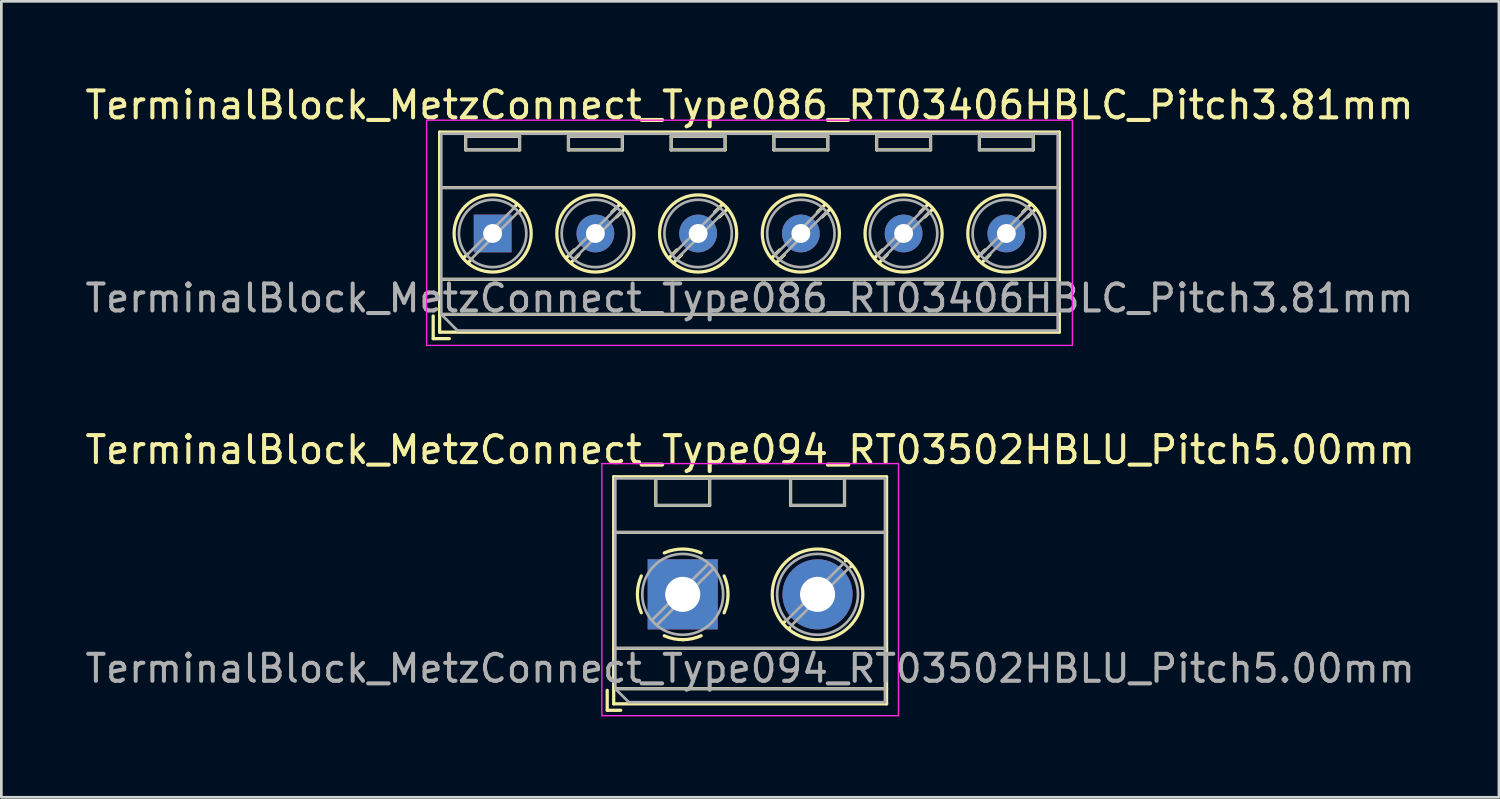
<source format=kicad_pcb>
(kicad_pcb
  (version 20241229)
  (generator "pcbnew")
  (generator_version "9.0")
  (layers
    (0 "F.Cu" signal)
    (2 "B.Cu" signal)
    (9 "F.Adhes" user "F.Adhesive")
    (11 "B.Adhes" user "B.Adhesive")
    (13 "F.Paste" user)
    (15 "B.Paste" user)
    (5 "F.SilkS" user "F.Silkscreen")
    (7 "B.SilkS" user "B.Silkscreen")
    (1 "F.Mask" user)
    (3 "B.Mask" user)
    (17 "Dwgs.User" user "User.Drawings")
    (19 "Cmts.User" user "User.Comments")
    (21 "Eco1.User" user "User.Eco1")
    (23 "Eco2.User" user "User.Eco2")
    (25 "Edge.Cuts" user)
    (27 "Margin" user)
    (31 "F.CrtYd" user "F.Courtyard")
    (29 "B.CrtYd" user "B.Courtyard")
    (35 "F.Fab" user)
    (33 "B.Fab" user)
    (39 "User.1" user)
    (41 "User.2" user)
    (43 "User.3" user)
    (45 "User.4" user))
  (footprint "TerminalBlock_MetzConnect_Type086_RT03406HBLC_Pitch3.81mm"
    (layer "F.Cu")
    (at 15.219 5.608)
    (property "Reference" "TerminalBlock_MetzConnect_Type086_RT03406HBLC_Pitch3.81mm" (at 9.525 -4.76 0) (layer "F.SilkS") (effects (font (size 1 1) (thickness 0.15))))
    (attr through_hole)
    (fp_line (start -2.205 3.06) (end -2.205 3.9) (stroke (width 0.12) (type solid)) (layer "F.SilkS"))
    (fp_line (start -2.205 3.9) (end -1.605 3.9) (stroke (width 0.12) (type solid)) (layer "F.SilkS"))
    (fp_line (start -1.965 -3.76) (end -1.965 3.66) (stroke (width 0.12) (type solid)) (layer "F.SilkS"))
    (fp_line (start -1.965 -1.7) (end 21.015 -1.7) (stroke (width 0.12) (type solid)) (layer "F.SilkS"))
    (fp_line (start -1.965 1.7) (end 21.015 1.7) (stroke (width 0.12) (type solid)) (layer "F.SilkS"))
    (fp_line (start -1.965 3) (end 21.015 3) (stroke (width 0.12) (type solid)) (layer "F.SilkS"))
    (fp_line (start -1.965 3.66) (end 21.015 3.66) (stroke (width 0.12) (type solid)) (layer "F.SilkS"))
    (fp_line (start -1 -3.6) (end -1 -3.1) (stroke (width 0.12) (type solid)) (layer "F.SilkS"))
    (fp_line (start -1 -3.6) (end 1 -3.6) (stroke (width 0.12) (type solid)) (layer "F.SilkS"))
    (fp_line (start -1 -3.1) (end 1 -3.1) (stroke (width 0.12) (type solid)) (layer "F.SilkS"))
    (fp_line (start -0.946 0.771) (end -1.085 0.91) (stroke (width 0.12) (type solid)) (layer "F.SilkS"))
    (fp_line (start -0.771 0.945) (end -0.911 1.085) (stroke (width 0.12) (type solid)) (layer "F.SilkS"))
    (fp_line (start 0.911 -1.085) (end 0.771 -0.945) (stroke (width 0.12) (type solid)) (layer "F.SilkS"))
    (fp_line (start 1 -3.6) (end 1 -3.1) (stroke (width 0.12) (type solid)) (layer "F.SilkS"))
    (fp_line (start 1.085 -0.91) (end 0.945 -0.771) (stroke (width 0.12) (type solid)) (layer "F.SilkS"))
    (fp_line (start 2.81 -3.6) (end 2.81 -3.1) (stroke (width 0.12) (type solid)) (layer "F.SilkS"))
    (fp_line (start 2.81 -3.6) (end 4.81 -3.6) (stroke (width 0.12) (type solid)) (layer "F.SilkS"))
    (fp_line (start 2.81 -3.1) (end 4.81 -3.1) (stroke (width 0.12) (type solid)) (layer "F.SilkS"))
    (fp_line (start 3.025 0.611) (end 2.726 0.91) (stroke (width 0.12) (type solid)) (layer "F.SilkS"))
    (fp_line (start 3.2 0.786) (end 2.9 1.085) (stroke (width 0.12) (type solid)) (layer "F.SilkS"))
    (fp_line (start 4.721 -1.085) (end 4.421 -0.786) (stroke (width 0.12) (type solid)) (layer "F.SilkS"))
    (fp_line (start 4.81 -3.6) (end 4.81 -3.1) (stroke (width 0.12) (type solid)) (layer "F.SilkS"))
    (fp_line (start 4.895 -0.91) (end 4.596 -0.611) (stroke (width 0.12) (type solid)) (layer "F.SilkS"))
    (fp_line (start 6.62 -3.6) (end 6.62 -3.1) (stroke (width 0.12) (type solid)) (layer "F.SilkS"))
    (fp_line (start 6.62 -3.6) (end 8.62 -3.6) (stroke (width 0.12) (type solid)) (layer "F.SilkS"))
    (fp_line (start 6.62 -3.1) (end 8.62 -3.1) (stroke (width 0.12) (type solid)) (layer "F.SilkS"))
    (fp_line (start 6.835 0.611) (end 6.536 0.91) (stroke (width 0.12) (type solid)) (layer "F.SilkS"))
    (fp_line (start 7.01 0.786) (end 6.71 1.085) (stroke (width 0.12) (type solid)) (layer "F.SilkS"))
    (fp_line (start 8.531 -1.085) (end 8.231 -0.786) (stroke (width 0.12) (type solid)) (layer "F.SilkS"))
    (fp_line (start 8.62 -3.6) (end 8.62 -3.1) (stroke (width 0.12) (type solid)) (layer "F.SilkS"))
    (fp_line (start 8.705 -0.91) (end 8.406 -0.611) (stroke (width 0.12) (type solid)) (layer "F.SilkS"))
    (fp_line (start 10.43 -3.6) (end 10.43 -3.1) (stroke (width 0.12) (type solid)) (layer "F.SilkS"))
    (fp_line (start 10.43 -3.6) (end 12.43 -3.6) (stroke (width 0.12) (type solid)) (layer "F.SilkS"))
    (fp_line (start 10.43 -3.1) (end 12.43 -3.1) (stroke (width 0.12) (type solid)) (layer "F.SilkS"))
    (fp_line (start 10.645 0.611) (end 10.346 0.91) (stroke (width 0.12) (type solid)) (layer "F.SilkS"))
    (fp_line (start 10.82 0.786) (end 10.52 1.085) (stroke (width 0.12) (type solid)) (layer "F.SilkS"))
    (fp_line (start 12.341 -1.085) (end 12.041 -0.786) (stroke (width 0.12) (type solid)) (layer "F.SilkS"))
    (fp_line (start 12.43 -3.6) (end 12.43 -3.1) (stroke (width 0.12) (type solid)) (layer "F.SilkS"))
    (fp_line (start 12.515 -0.91) (end 12.216 -0.611) (stroke (width 0.12) (type solid)) (layer "F.SilkS"))
    (fp_line (start 14.24 -3.6) (end 14.24 -3.1) (stroke (width 0.12) (type solid)) (layer "F.SilkS"))
    (fp_line (start 14.24 -3.6) (end 16.241 -3.6) (stroke (width 0.12) (type solid)) (layer "F.SilkS"))
    (fp_line (start 14.24 -3.1) (end 16.241 -3.1) (stroke (width 0.12) (type solid)) (layer "F.SilkS"))
    (fp_line (start 14.455 0.611) (end 14.156 0.91) (stroke (width 0.12) (type solid)) (layer "F.SilkS"))
    (fp_line (start 14.63 0.786) (end 14.33 1.085) (stroke (width 0.12) (type solid)) (layer "F.SilkS"))
    (fp_line (start 16.151 -1.085) (end 15.851 -0.786) (stroke (width 0.12) (type solid)) (layer "F.SilkS"))
    (fp_line (start 16.241 -3.6) (end 16.241 -3.1) (stroke (width 0.12) (type solid)) (layer "F.SilkS"))
    (fp_line (start 16.325 -0.91) (end 16.026 -0.611) (stroke (width 0.12) (type solid)) (layer "F.SilkS"))
    (fp_line (start 18.05 -3.6) (end 18.05 -3.1) (stroke (width 0.12) (type solid)) (layer "F.SilkS"))
    (fp_line (start 18.05 -3.6) (end 20.05 -3.6) (stroke (width 0.12) (type solid)) (layer "F.SilkS"))
    (fp_line (start 18.05 -3.1) (end 20.05 -3.1) (stroke (width 0.12) (type solid)) (layer "F.SilkS"))
    (fp_line (start 18.265 0.611) (end 17.966 0.91) (stroke (width 0.12) (type solid)) (layer "F.SilkS"))
    (fp_line (start 18.44 0.786) (end 18.14 1.085) (stroke (width 0.12) (type solid)) (layer "F.SilkS"))
    (fp_line (start 19.961 -1.085) (end 19.661 -0.786) (stroke (width 0.12) (type solid)) (layer "F.SilkS"))
    (fp_line (start 20.05 -3.6) (end 20.05 -3.1) (stroke (width 0.12) (type solid)) (layer "F.SilkS"))
    (fp_line (start 20.135 -0.91) (end 19.836 -0.611) (stroke (width 0.12) (type solid)) (layer "F.SilkS"))
    (fp_line (start 21.015 -3.76) (end -1.965 -3.76) (stroke (width 0.12) (type solid)) (layer "F.SilkS"))
    (fp_line (start 21.015 3.66) (end 21.015 -3.76) (stroke (width 0.12) (type solid)) (layer "F.SilkS"))
    (fp_circle (center 0 0) (end 1.43 0) (stroke (width 0.12) (type solid)) (fill no) (layer "F.SilkS"))
    (fp_circle (center 3.81 0) (end 5.24 0) (stroke (width 0.12) (type solid)) (fill no) (layer "F.SilkS"))
    (fp_circle (center 7.62 0) (end 9.05 0) (stroke (width 0.12) (type solid)) (fill no) (layer "F.SilkS"))
    (fp_circle (center 11.43 0) (end 12.86 0) (stroke (width 0.12) (type solid)) (fill no) (layer "F.SilkS"))
    (fp_circle (center 15.24 0) (end 16.67 0) (stroke (width 0.12) (type solid)) (fill no) (layer "F.SilkS"))
    (fp_circle (center 19.05 0) (end 20.48 0) (stroke (width 0.12) (type solid)) (fill no) (layer "F.SilkS"))
    (fp_line (start -2.45 -4.2) (end -2.45 4.15) (stroke (width 0.05) (type solid)) (layer "F.CrtYd"))
    (fp_line (start -2.45 4.15) (end 21.5 4.15) (stroke (width 0.05) (type solid)) (layer "F.CrtYd"))
    (fp_line (start 21.5 -4.2) (end -2.45 -4.2) (stroke (width 0.05) (type solid)) (layer "F.CrtYd"))
    (fp_line (start 21.5 4.15) (end 21.5 -4.2) (stroke (width 0.05) (type solid)) (layer "F.CrtYd"))
    (fp_line (start -1.905 -3.7) (end 20.955 -3.7) (stroke (width 0.1) (type solid)) (layer "F.Fab"))
    (fp_line (start -1.905 -1.7) (end 20.955 -1.7) (stroke (width 0.1) (type solid)) (layer "F.Fab"))
    (fp_line (start -1.905 1.7) (end 20.955 1.7) (stroke (width 0.1) (type solid)) (layer "F.Fab"))
    (fp_line (start -1.905 3) (end -1.905 -3.7) (stroke (width 0.1) (type solid)) (layer "F.Fab"))
    (fp_line (start -1.905 3) (end 20.955 3) (stroke (width 0.1) (type solid)) (layer "F.Fab"))
    (fp_line (start -1.305 3.6) (end -1.905 3) (stroke (width 0.1) (type solid)) (layer "F.Fab"))
    (fp_line (start -1 -3.6) (end -1 -3.1) (stroke (width 0.1) (type solid)) (layer "F.Fab"))
    (fp_line (start -1 -3.1) (end 1 -3.1) (stroke (width 0.1) (type solid)) (layer "F.Fab"))
    (fp_line (start 0.796 -0.948) (end -0.949 0.796) (stroke (width 0.1) (type solid)) (layer "F.Fab"))
    (fp_line (start 0.949 -0.796) (end -0.796 0.948) (stroke (width 0.1) (type solid)) (layer "F.Fab"))
    (fp_line (start 1 -3.6) (end -1 -3.6) (stroke (width 0.1) (type solid)) (layer "F.Fab"))
    (fp_line (start 1 -3.1) (end 1 -3.6) (stroke (width 0.1) (type solid)) (layer "F.Fab"))
    (fp_line (start 2.81 -3.6) (end 2.81 -3.1) (stroke (width 0.1) (type solid)) (layer "F.Fab"))
    (fp_line (start 2.81 -3.1) (end 4.81 -3.1) (stroke (width 0.1) (type solid)) (layer "F.Fab"))
    (fp_line (start 4.606 -0.948) (end 2.862 0.796) (stroke (width 0.1) (type solid)) (layer "F.Fab"))
    (fp_line (start 4.759 -0.796) (end 3.015 0.948) (stroke (width 0.1) (type solid)) (layer "F.Fab"))
    (fp_line (start 4.81 -3.6) (end 2.81 -3.6) (stroke (width 0.1) (type solid)) (layer "F.Fab"))
    (fp_line (start 4.81 -3.1) (end 4.81 -3.6) (stroke (width 0.1) (type solid)) (layer "F.Fab"))
    (fp_line (start 6.62 -3.6) (end 6.62 -3.1) (stroke (width 0.1) (type solid)) (layer "F.Fab"))
    (fp_line (start 6.62 -3.1) (end 8.62 -3.1) (stroke (width 0.1) (type solid)) (layer "F.Fab"))
    (fp_line (start 8.416 -0.948) (end 6.672 0.796) (stroke (width 0.1) (type solid)) (layer "F.Fab"))
    (fp_line (start 8.569 -0.796) (end 6.825 0.948) (stroke (width 0.1) (type solid)) (layer "F.Fab"))
    (fp_line (start 8.62 -3.6) (end 6.62 -3.6) (stroke (width 0.1) (type solid)) (layer "F.Fab"))
    (fp_line (start 8.62 -3.1) (end 8.62 -3.6) (stroke (width 0.1) (type solid)) (layer "F.Fab"))
    (fp_line (start 10.43 -3.6) (end 10.43 -3.1) (stroke (width 0.1) (type solid)) (layer "F.Fab"))
    (fp_line (start 10.43 -3.1) (end 12.43 -3.1) (stroke (width 0.1) (type solid)) (layer "F.Fab"))
    (fp_line (start 12.226 -0.948) (end 10.482 0.796) (stroke (width 0.1) (type solid)) (layer "F.Fab"))
    (fp_line (start 12.379 -0.796) (end 10.635 0.948) (stroke (width 0.1) (type solid)) (layer "F.Fab"))
    (fp_line (start 12.43 -3.6) (end 10.43 -3.6) (stroke (width 0.1) (type solid)) (layer "F.Fab"))
    (fp_line (start 12.43 -3.1) (end 12.43 -3.6) (stroke (width 0.1) (type solid)) (layer "F.Fab"))
    (fp_line (start 14.24 -3.6) (end 14.24 -3.1) (stroke (width 0.1) (type solid)) (layer "F.Fab"))
    (fp_line (start 14.24 -3.1) (end 16.24 -3.1) (stroke (width 0.1) (type solid)) (layer "F.Fab"))
    (fp_line (start 16.036 -0.948) (end 14.292 0.796) (stroke (width 0.1) (type solid)) (layer "F.Fab"))
    (fp_line (start 16.189 -0.796) (end 14.445 0.948) (stroke (width 0.1) (type solid)) (layer "F.Fab"))
    (fp_line (start 16.24 -3.6) (end 14.24 -3.6) (stroke (width 0.1) (type solid)) (layer "F.Fab"))
    (fp_line (start 16.24 -3.1) (end 16.24 -3.6) (stroke (width 0.1) (type solid)) (layer "F.Fab"))
    (fp_line (start 18.05 -3.6) (end 18.05 -3.1) (stroke (width 0.1) (type solid)) (layer "F.Fab"))
    (fp_line (start 18.05 -3.1) (end 20.05 -3.1) (stroke (width 0.1) (type solid)) (layer "F.Fab"))
    (fp_line (start 19.846 -0.948) (end 18.102 0.796) (stroke (width 0.1) (type solid)) (layer "F.Fab"))
    (fp_line (start 19.999 -0.796) (end 18.255 0.948) (stroke (width 0.1) (type solid)) (layer "F.Fab"))
    (fp_line (start 20.05 -3.6) (end 18.05 -3.6) (stroke (width 0.1) (type solid)) (layer "F.Fab"))
    (fp_line (start 20.05 -3.1) (end 20.05 -3.6) (stroke (width 0.1) (type solid)) (layer "F.Fab"))
    (fp_line (start 20.955 -3.7) (end 20.955 3.6) (stroke (width 0.1) (type solid)) (layer "F.Fab"))
    (fp_line (start 20.955 3.6) (end -1.305 3.6) (stroke (width 0.1) (type solid)) (layer "F.Fab"))
    (fp_circle (center 0 0) (end 1.25 0) (stroke (width 0.1) (type solid)) (fill no) (layer "F.Fab"))
    (fp_circle (center 3.81 0) (end 5.06 0) (stroke (width 0.1) (type solid)) (fill no) (layer "F.Fab"))
    (fp_circle (center 7.62 0) (end 8.87 0) (stroke (width 0.1) (type solid)) (fill no) (layer "F.Fab"))
    (fp_circle (center 11.43 0) (end 12.68 0) (stroke (width 0.1) (type solid)) (fill no) (layer "F.Fab"))
    (fp_circle (center 15.24 0) (end 16.49 0) (stroke (width 0.1) (type solid)) (fill no) (layer "F.Fab"))
    (fp_circle (center 19.05 0) (end 20.3 0) (stroke (width 0.1) (type solid)) (fill no) (layer "F.Fab"))
    (fp_text user "${REFERENCE}" (at 9.525 2.4 0) (layer "F.Fab") (effects (font (size 1 1) (thickness 0.15))))
    (pad "1" thru_hole rect (at 0 0) (size 1.4 1.4) (drill 0.7) (layers "*.Cu" "*.Mask"))
    (pad "2" thru_hole circle (at 3.81 0) (size 1.4 1.4) (drill 0.7) (layers "*.Cu" "*.Mask"))
    (pad "3" thru_hole circle (at 7.62 0) (size 1.4 1.4) (drill 0.7) (layers "*.Cu" "*.Mask"))
    (pad "4" thru_hole circle (at 11.43 0) (size 1.4 1.4) (drill 0.7) (layers "*.Cu" "*.Mask"))
    (pad "5" thru_hole circle (at 15.24 0) (size 1.4 1.4) (drill 0.7) (layers "*.Cu" "*.Mask"))
    (pad "6" thru_hole circle (at 19.05 0) (size 1.4 1.4) (drill 0.7) (layers "*.Cu" "*.Mask")))
  (footprint "TerminalBlock_MetzConnect_Type094_RT03502HBLU_Pitch5.00mm"
    (layer "F.Cu")
    (at 22.268 18.991)
    (property "Reference" "TerminalBlock_MetzConnect_Type094_RT03502HBLU_Pitch5.00mm" (at 2.5 -5.36 0) (layer "F.SilkS") (effects (font (size 1 1) (thickness 0.15))))
    (attr through_hole)
    (fp_line (start -2.8 3.56) (end -2.8 4.3) (stroke (width 0.12) (type solid)) (layer "F.SilkS"))
    (fp_line (start -2.8 4.3) (end -2.3 4.3) (stroke (width 0.12) (type solid)) (layer "F.SilkS"))
    (fp_line (start -2.56 -4.36) (end -2.56 4.06) (stroke (width 0.12) (type solid)) (layer "F.SilkS"))
    (fp_line (start -2.56 -2.3) (end 7.56 -2.3) (stroke (width 0.12) (type solid)) (layer "F.SilkS"))
    (fp_line (start -2.56 2) (end 7.56 2) (stroke (width 0.12) (type solid)) (layer "F.SilkS"))
    (fp_line (start -2.56 3.5) (end 7.56 3.5) (stroke (width 0.12) (type solid)) (layer "F.SilkS"))
    (fp_line (start -2.56 4.06) (end 7.56 4.06) (stroke (width 0.12) (type solid)) (layer "F.SilkS"))
    (fp_line (start -1 -4.3) (end -1 -3.3) (stroke (width 0.12) (type solid)) (layer "F.SilkS"))
    (fp_line (start -1 -4.3) (end 1 -4.3) (stroke (width 0.12) (type solid)) (layer "F.SilkS"))
    (fp_line (start -1 -3.3) (end 1 -3.3) (stroke (width 0.12) (type solid)) (layer "F.SilkS"))
    (fp_line (start 1 -4.3) (end 1 -3.3) (stroke (width 0.12) (type solid)) (layer "F.SilkS"))
    (fp_line (start 3.773 1.023) (end 3.726 1.069) (stroke (width 0.12) (type solid)) (layer "F.SilkS"))
    (fp_line (start 3.966 1.239) (end 3.931 1.274) (stroke (width 0.12) (type solid)) (layer "F.SilkS"))
    (fp_line (start 4 -4.3) (end 4 -3.3) (stroke (width 0.12) (type solid)) (layer "F.SilkS"))
    (fp_line (start 4 -4.3) (end 6 -4.3) (stroke (width 0.12) (type solid)) (layer "F.SilkS"))
    (fp_line (start 4 -3.3) (end 6 -3.3) (stroke (width 0.12) (type solid)) (layer "F.SilkS"))
    (fp_line (start 6 -4.3) (end 6 -3.3) (stroke (width 0.12) (type solid)) (layer "F.SilkS"))
    (fp_line (start 6.07 -1.275) (end 6.035 -1.239) (stroke (width 0.12) (type solid)) (layer "F.SilkS"))
    (fp_line (start 6.275 -1.069) (end 6.228 -1.023) (stroke (width 0.12) (type solid)) (layer "F.SilkS"))
    (fp_line (start 7.56 -4.36) (end -2.56 -4.36) (stroke (width 0.12) (type solid)) (layer "F.SilkS"))
    (fp_line (start 7.56 4.06) (end 7.56 -4.36) (stroke (width 0.12) (type solid)) (layer "F.SilkS"))
    (fp_arc (start -1.535427 0.683042) (mid -1.680501 -0.000524) (end -1.535 -0.684) (stroke (width 0.12) (type solid)) (layer "F.SilkS"))
    (fp_arc (start -0.683042 -1.535427) (mid 0.000524 -1.680501) (end 0.684 -1.535) (stroke (width 0.12) (type solid)) (layer "F.SilkS"))
    (fp_arc (start 0.028805 1.680253) (mid -0.335551 1.646659) (end -0.684 1.535) (stroke (width 0.12) (type solid)) (layer "F.SilkS"))
    (fp_arc (start 0.683318 1.534756) (mid 0.349292 1.643288) (end 0 1.68) (stroke (width 0.12) (type solid)) (layer "F.SilkS"))
    (fp_arc (start 1.535427 -0.683042) (mid 1.680501 0.000524) (end 1.535 0.684) (stroke (width 0.12) (type solid)) (layer "F.SilkS"))
    (fp_circle (center 5 0) (end 6.68 0) (stroke (width 0.12) (type solid)) (fill no) (layer "F.SilkS"))
    (fp_line (start -3 -4.85) (end -3 4.5) (stroke (width 0.05) (type solid)) (layer "F.CrtYd"))
    (fp_line (start -3 4.5) (end 8 4.5) (stroke (width 0.05) (type solid)) (layer "F.CrtYd"))
    (fp_line (start 8 -4.85) (end -3 -4.85) (stroke (width 0.05) (type solid)) (layer "F.CrtYd"))
    (fp_line (start 8 4.5) (end 8 -4.85) (stroke (width 0.05) (type solid)) (layer "F.CrtYd"))
    (fp_line (start -2.5 -4.3) (end 7.5 -4.3) (stroke (width 0.1) (type solid)) (layer "F.Fab"))
    (fp_line (start -2.5 -2.3) (end 7.5 -2.3) (stroke (width 0.1) (type solid)) (layer "F.Fab"))
    (fp_line (start -2.5 2) (end 7.5 2) (stroke (width 0.1) (type solid)) (layer "F.Fab"))
    (fp_line (start -2.5 3.5) (end -2.5 -4.3) (stroke (width 0.1) (type solid)) (layer "F.Fab"))
    (fp_line (start -2.5 3.5) (end 7.5 3.5) (stroke (width 0.1) (type solid)) (layer "F.Fab"))
    (fp_line (start -2 4) (end -2.5 3.5) (stroke (width 0.1) (type solid)) (layer "F.Fab"))
    (fp_line (start -1 -4.3) (end -1 -3.3) (stroke (width 0.1) (type solid)) (layer "F.Fab"))
    (fp_line (start -1 -3.3) (end 1 -3.3) (stroke (width 0.1) (type solid)) (layer "F.Fab"))
    (fp_line (start 0.955 -1.138) (end -1.138 0.955) (stroke (width 0.1) (type solid)) (layer "F.Fab"))
    (fp_line (start 1 -4.3) (end -1 -4.3) (stroke (width 0.1) (type solid)) (layer "F.Fab"))
    (fp_line (start 1 -3.3) (end 1 -4.3) (stroke (width 0.1) (type solid)) (layer "F.Fab"))
    (fp_line (start 1.138 -0.955) (end -0.955 1.138) (stroke (width 0.1) (type solid)) (layer "F.Fab"))
    (fp_line (start 4 -4.3) (end 4 -3.3) (stroke (width 0.1) (type solid)) (layer "F.Fab"))
    (fp_line (start 4 -3.3) (end 6 -3.3) (stroke (width 0.1) (type solid)) (layer "F.Fab"))
    (fp_line (start 5.955 -1.138) (end 3.863 0.955) (stroke (width 0.1) (type solid)) (layer "F.Fab"))
    (fp_line (start 6 -4.3) (end 4 -4.3) (stroke (width 0.1) (type solid)) (layer "F.Fab"))
    (fp_line (start 6 -3.3) (end 6 -4.3) (stroke (width 0.1) (type solid)) (layer "F.Fab"))
    (fp_line (start 6.138 -0.955) (end 4.046 1.138) (stroke (width 0.1) (type solid)) (layer "F.Fab"))
    (fp_line (start 7.5 -4.3) (end 7.5 4) (stroke (width 0.1) (type solid)) (layer "F.Fab"))
    (fp_line (start 7.5 4) (end -2 4) (stroke (width 0.1) (type solid)) (layer "F.Fab"))
    (fp_circle (center 0 0) (end 1.5 0) (stroke (width 0.1) (type solid)) (fill no) (layer "F.Fab"))
    (fp_circle (center 5 0) (end 6.5 0) (stroke (width 0.1) (type solid)) (fill no) (layer "F.Fab"))
    (fp_text user "${REFERENCE}" (at 2.5 2.75 0) (layer "F.Fab") (effects (font (size 1 1) (thickness 0.15))))
    (pad "1" thru_hole rect (at 0 0) (size 2.6 2.6) (drill 1.3) (layers "*.Cu" "*.Mask"))
    (pad "2" thru_hole circle (at 5 0) (size 2.6 2.6) (drill 1.3) (layers "*.Cu" "*.Mask")))
  (gr_rect
    (start -3 -3)
    (end 52.536 26.517)
    (stroke (width 0.1) (type default))
    (fill no)
    (layer "Edge.Cuts")))
</source>
